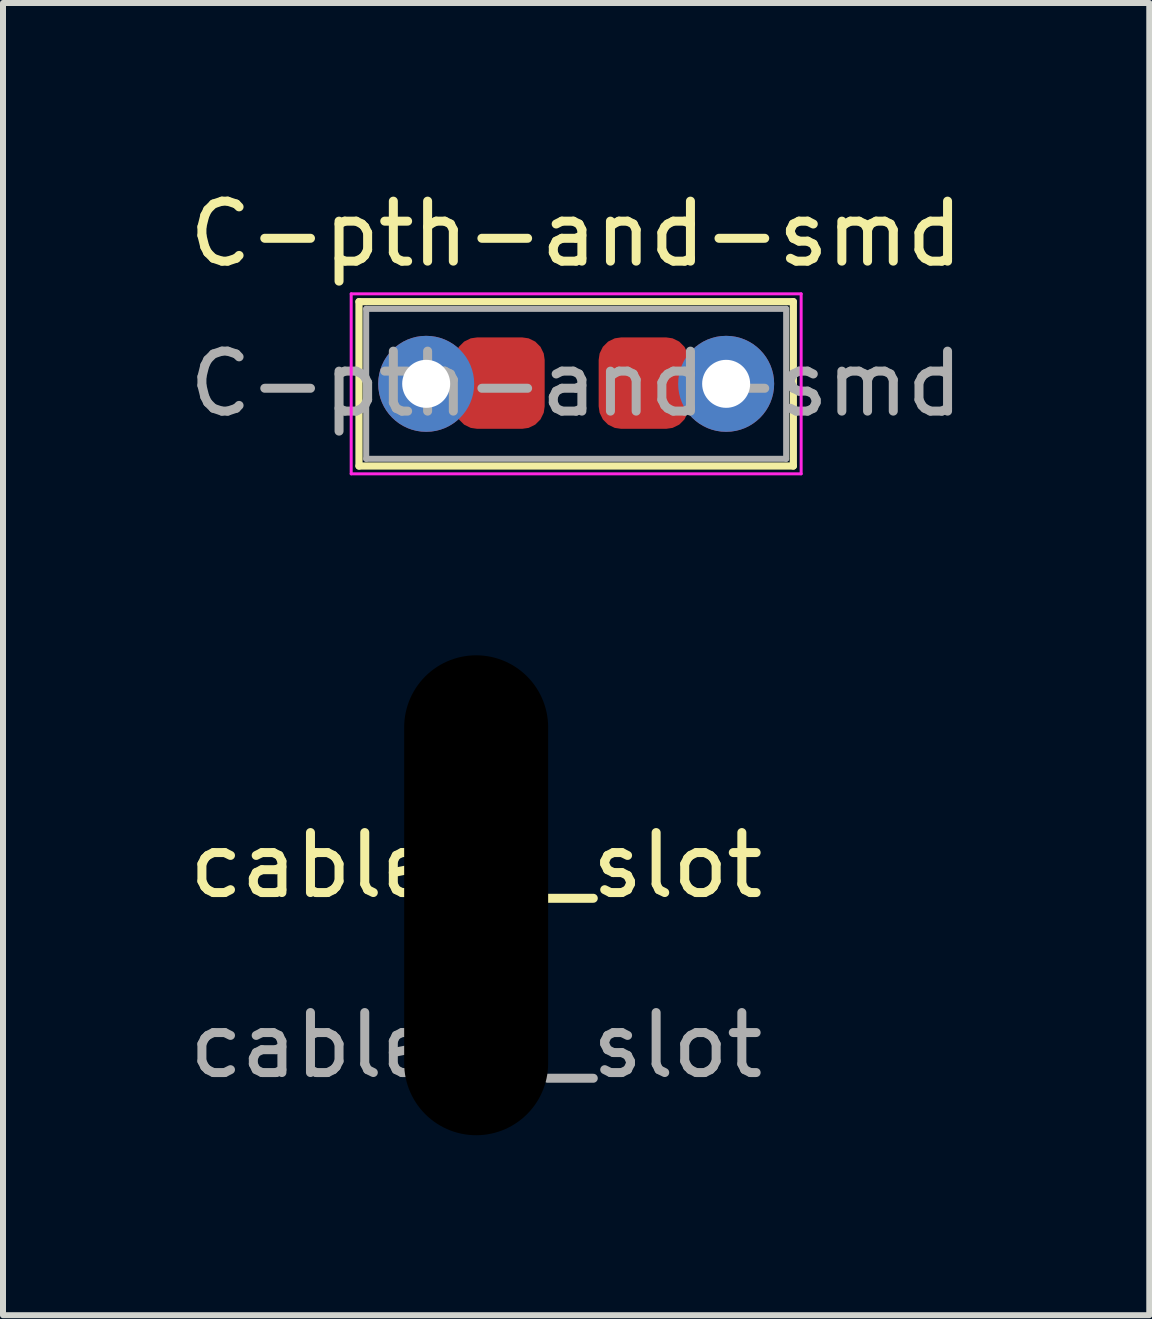
<source format=kicad_pcb>
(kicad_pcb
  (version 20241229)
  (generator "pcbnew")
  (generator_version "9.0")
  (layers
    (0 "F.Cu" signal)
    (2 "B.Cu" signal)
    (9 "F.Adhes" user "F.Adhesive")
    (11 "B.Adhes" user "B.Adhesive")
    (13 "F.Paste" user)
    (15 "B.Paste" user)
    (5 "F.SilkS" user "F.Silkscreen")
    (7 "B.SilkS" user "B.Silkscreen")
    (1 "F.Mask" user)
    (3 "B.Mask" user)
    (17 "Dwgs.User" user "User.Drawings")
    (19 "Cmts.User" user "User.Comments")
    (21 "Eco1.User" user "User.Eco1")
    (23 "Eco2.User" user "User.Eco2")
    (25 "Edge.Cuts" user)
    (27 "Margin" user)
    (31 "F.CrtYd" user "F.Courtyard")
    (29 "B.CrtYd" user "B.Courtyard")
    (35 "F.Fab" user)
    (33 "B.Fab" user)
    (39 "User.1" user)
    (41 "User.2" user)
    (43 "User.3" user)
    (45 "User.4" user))
  (footprint "C-pth-and-smd"
    (layer "F.Cu")
    (at 4.054 3.348)
    (property "Reference" "C-pth-and-smd" (at 2.5 -2.5 0) (layer "F.SilkS") (effects (font (size 1 1) (thickness 0.15))))
    (attr through_hole)
    (fp_line (start -1.12 -1.37) (end -1.12 1.37) (stroke (width 0.12) (type solid)) (layer "F.SilkS"))
    (fp_line (start -1.12 -1.37) (end 6.12 -1.37) (stroke (width 0.12) (type solid)) (layer "F.SilkS"))
    (fp_line (start -1.12 1.37) (end 6.12 1.37) (stroke (width 0.12) (type solid)) (layer "F.SilkS"))
    (fp_line (start 6.12 -1.37) (end 6.12 1.37) (stroke (width 0.12) (type solid)) (layer "F.SilkS"))
    (fp_line (start -1.25 -1.5) (end -1.25 1.5) (stroke (width 0.05) (type solid)) (layer "F.CrtYd"))
    (fp_line (start -1.25 1.5) (end 6.25 1.5) (stroke (width 0.05) (type solid)) (layer "F.CrtYd"))
    (fp_line (start 6.25 -1.5) (end -1.25 -1.5) (stroke (width 0.05) (type solid)) (layer "F.CrtYd"))
    (fp_line (start 6.25 1.5) (end 6.25 -1.5) (stroke (width 0.05) (type solid)) (layer "F.CrtYd"))
    (fp_line (start -1 -1.25) (end -1 1.25) (stroke (width 0.1) (type solid)) (layer "F.Fab"))
    (fp_line (start -1 1.25) (end 6 1.25) (stroke (width 0.1) (type solid)) (layer "F.Fab"))
    (fp_line (start 6 -1.25) (end -1 -1.25) (stroke (width 0.1) (type solid)) (layer "F.Fab"))
    (fp_line (start 6 1.25) (end 6 -1.25) (stroke (width 0.1) (type solid)) (layer "F.Fab"))
    (fp_text user "${REFERENCE}" (at 2.5 0 0) (layer "F.Fab") (effects (font (size 1 1) (thickness 0.15))))
    (pad "1" thru_hole circle (at 0 0) (size 1.6 1.6) (drill 0.8) (layers "*.Cu" "*.Mask"))
    (pad "1" smd roundrect (at 1.225 -0.012) (size 1.5 1.524) (layers "F.Cu" "F.Mask") (roundrect_rratio 0.25))
    (pad "2" smd roundrect (at 3.625 -0.012) (size 1.5 1.524) (layers "F.Cu" "F.Mask") (roundrect_rratio 0.25))
    (pad "2" thru_hole circle (at 5 0) (size 1.6 1.6) (drill 0.8) (layers "*.Cu" "*.Mask")))
  (footprint "cabletie_slot"
    (layer "F.Cu")
    (at 4.887 11.873)
    (property "Reference" "cabletie_slot" (at 0 -0.5 0) (unlocked yes) (layer "F.SilkS") (effects (font (size 1 1) (thickness 0.15))))
    (fp_text user "${REFERENCE}" (at 0 2.5 0) (unlocked yes) (layer "F.Fab") (effects (font (size 1 1) (thickness 0.15))))
    (pad "" np_thru_hole oval (at 0 0) (size 2.4 8) (drill oval 2.4 8) (layers "*.Mask")))
  (gr_rect
    (start -3 -3)
    (end 16.107 18.873)
    (stroke (width 0.1) (type default))
    (fill no)
    (layer "Edge.Cuts")))
</source>
